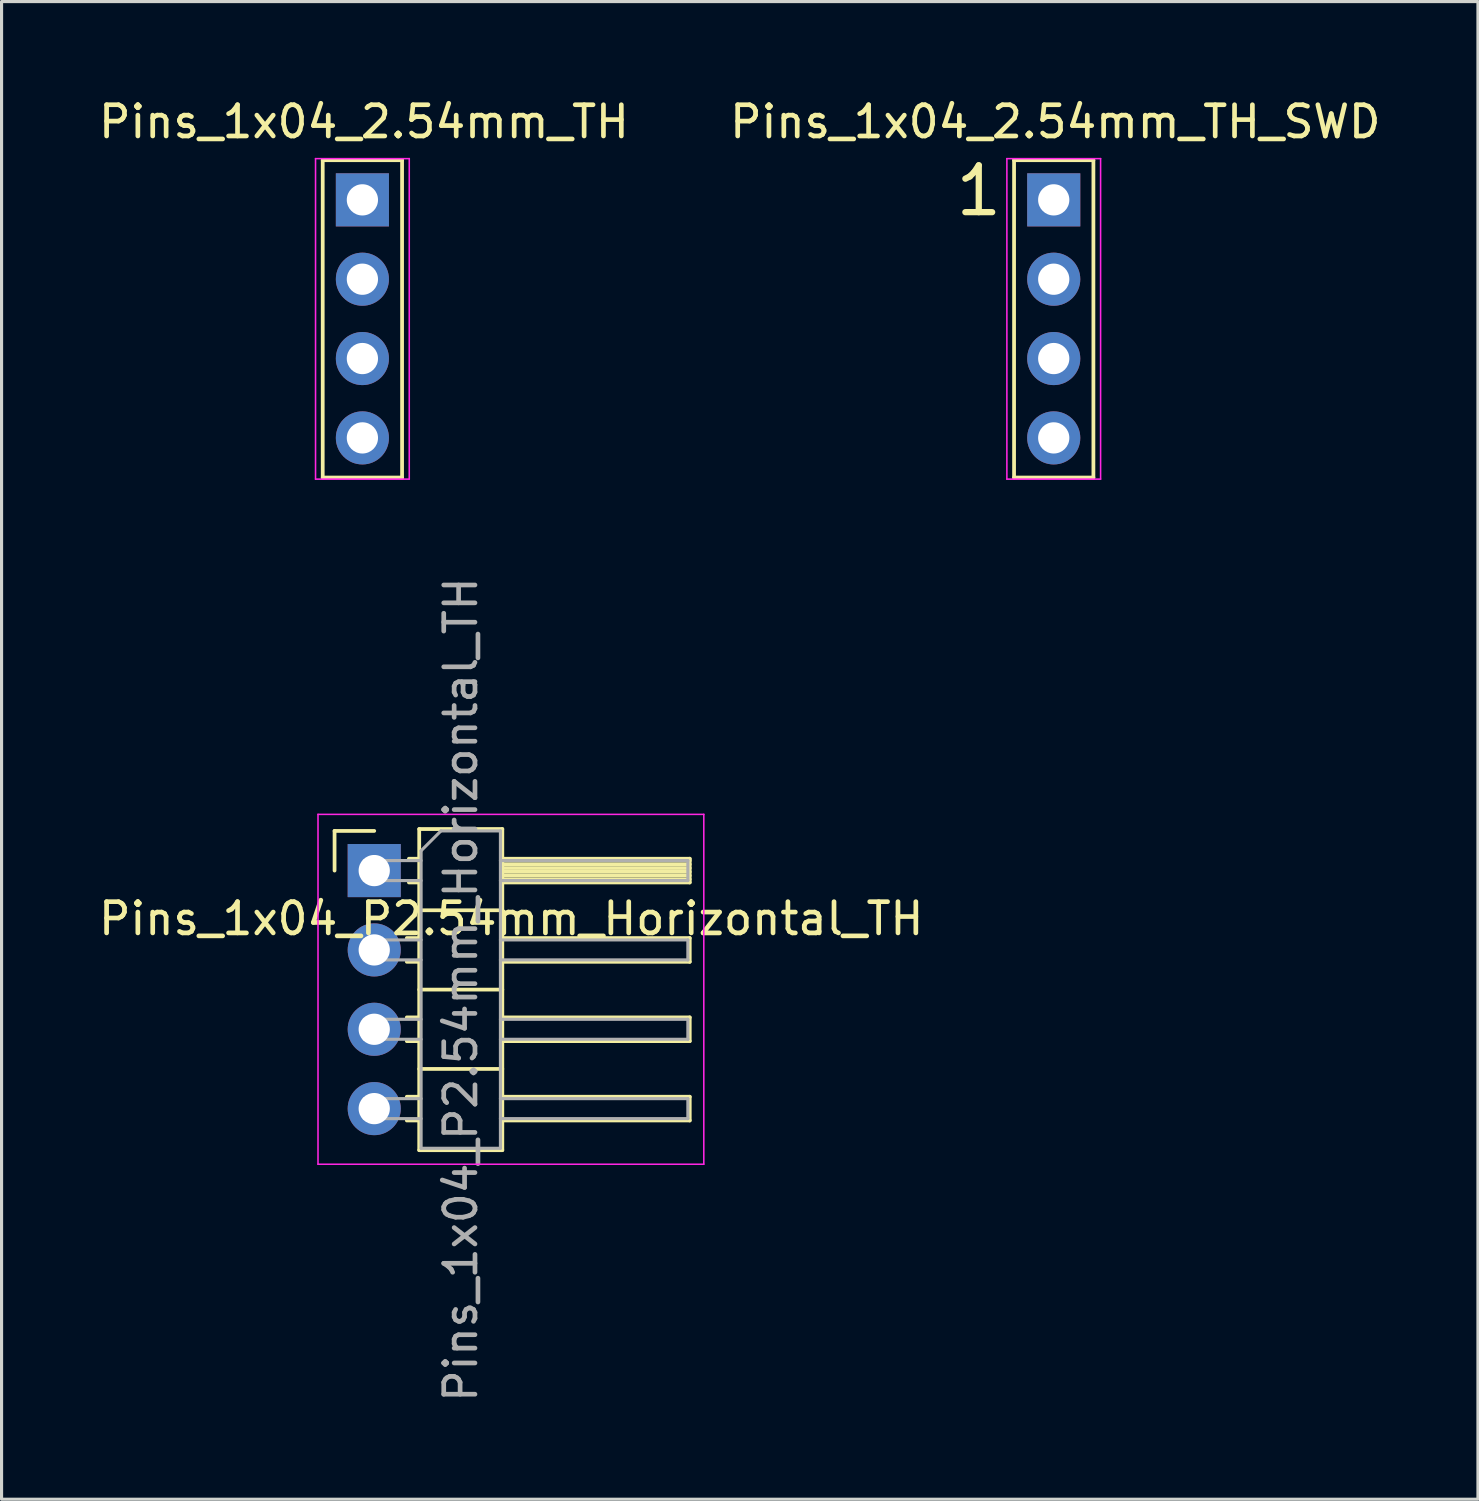
<source format=kicad_pcb>
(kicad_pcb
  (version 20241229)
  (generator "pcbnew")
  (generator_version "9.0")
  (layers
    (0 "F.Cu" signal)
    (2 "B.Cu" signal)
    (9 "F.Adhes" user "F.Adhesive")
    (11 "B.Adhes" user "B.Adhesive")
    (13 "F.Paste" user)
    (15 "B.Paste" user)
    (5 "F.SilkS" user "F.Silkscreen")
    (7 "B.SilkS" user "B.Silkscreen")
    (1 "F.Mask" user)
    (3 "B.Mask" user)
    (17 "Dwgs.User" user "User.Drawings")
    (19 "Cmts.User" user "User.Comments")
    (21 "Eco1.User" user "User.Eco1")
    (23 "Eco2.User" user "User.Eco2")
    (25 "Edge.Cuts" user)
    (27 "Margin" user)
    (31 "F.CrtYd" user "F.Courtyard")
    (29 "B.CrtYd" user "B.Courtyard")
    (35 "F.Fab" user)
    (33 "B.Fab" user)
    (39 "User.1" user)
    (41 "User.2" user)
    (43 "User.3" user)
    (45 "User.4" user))
  (footprint "Pins_1x04_2.54mm_TH"
    (layer "F.Cu")
    (at 8.551 7.158)
    (property "Reference" "Pins_1x04_2.54mm_TH" (at 0.05 -6.31 0) (layer "F.SilkS") (effects (font (size 1 1) (thickness 0.15))))
    (attr through_hole)
    (fp_line (start -1.27 -5.08) (end -1.27 5.08) (stroke (width 0.12) (type solid)) (layer "F.SilkS"))
    (fp_line (start -1.27 5.08) (end 1.27 5.08) (stroke (width 0.12) (type solid)) (layer "F.SilkS"))
    (fp_line (start 1.27 -5.08) (end -1.27 -5.08) (stroke (width 0.12) (type solid)) (layer "F.SilkS"))
    (fp_line (start 1.27 5.08) (end 1.27 -5.08) (stroke (width 0.12) (type solid)) (layer "F.SilkS"))
    (fp_line (start -1.5 -5.13) (end -1.5 5.13) (stroke (width 0.05) (type solid)) (layer "F.CrtYd"))
    (fp_line (start -1.5 5.13) (end 1.5 5.13) (stroke (width 0.05) (type solid)) (layer "F.CrtYd"))
    (fp_line (start 1.5 -5.13) (end -1.5 -5.13) (stroke (width 0.05) (type solid)) (layer "F.CrtYd"))
    (fp_line (start 1.5 5.13) (end 1.5 -5.13) (stroke (width 0.05) (type solid)) (layer "F.CrtYd"))
    (pad "1" thru_hole rect (at 0 -3.81) (size 1.7 1.7) (drill 1) (layers "*.Cu" "*.Mask"))
    (pad "2" thru_hole oval (at 0 -1.27) (size 1.7 1.7) (drill 1) (layers "*.Cu" "*.Mask"))
    (pad "3" thru_hole oval (at 0 1.27) (size 1.7 1.7) (drill 1) (layers "*.Cu" "*.Mask"))
    (pad "4" thru_hole oval (at 0 3.81) (size 1.7 1.7) (drill 1) (layers "*.Cu" "*.Mask")))
  (footprint "Pins_1x04_2.54mm_TH_SWD"
    (layer "F.Cu")
    (at 30.682 7.158)
    (property "Reference" "Pins_1x04_2.54mm_TH_SWD" (at 0.05 -6.31 0) (layer "F.SilkS") (effects (font (size 1 1) (thickness 0.15))))
    (attr through_hole)
    (fp_line (start -1.27 -5.08) (end -1.27 5.08) (stroke (width 0.12) (type solid)) (layer "F.SilkS"))
    (fp_line (start -1.27 5.08) (end 1.27 5.08) (stroke (width 0.12) (type solid)) (layer "F.SilkS"))
    (fp_line (start 1.27 -5.08) (end -1.27 -5.08) (stroke (width 0.12) (type solid)) (layer "F.SilkS"))
    (fp_line (start 1.27 5.08) (end 1.27 -5.08) (stroke (width 0.12) (type solid)) (layer "F.SilkS"))
    (fp_line (start -1.5 -5.13) (end -1.5 5.13) (stroke (width 0.05) (type solid)) (layer "F.CrtYd"))
    (fp_line (start -1.5 5.13) (end 1.5 5.13) (stroke (width 0.05) (type solid)) (layer "F.CrtYd"))
    (fp_line (start 1.5 -5.13) (end -1.5 -5.13) (stroke (width 0.05) (type solid)) (layer "F.CrtYd"))
    (fp_line (start 1.5 5.13) (end 1.5 -5.13) (stroke (width 0.05) (type solid)) (layer "F.CrtYd"))
    (fp_text user "1" (at -2.4 -4.1 0) (layer "F.SilkS") (effects (font (size 1.5 1.5) (thickness 0.2))))
    (pad "1" thru_hole rect (at 0 -3.81) (size 1.7 1.7) (drill 1) (layers "*.Cu" "*.Mask"))
    (pad "2" thru_hole oval (at 0 -1.27) (size 1.7 1.7) (drill 1) (layers "*.Cu" "*.Mask"))
    (pad "3" thru_hole oval (at 0 1.27) (size 1.7 1.7) (drill 1) (layers "*.Cu" "*.Mask"))
    (pad "4" thru_hole oval (at 0 3.81) (size 1.7 1.7) (drill 1) (layers "*.Cu" "*.Mask")))
  (footprint "Pins_1x04_P2.54mm_Horizontal_TH"
    (layer "F.Cu")
    (at 8.93 28.629)
    (property "Reference" "Pins_1x04_P2.54mm_Horizontal_TH" (at 4.385 -2.27 0) (layer "F.SilkS") (effects (font (size 1 1) (thickness 0.15))))
    (attr through_hole)
    (fp_line (start -1.27 -5.08) (end 0 -5.08) (stroke (width 0.12) (type solid)) (layer "F.SilkS"))
    (fp_line (start -1.27 -3.81) (end -1.27 -5.08) (stroke (width 0.12) (type solid)) (layer "F.SilkS"))
    (fp_line (start 1.043 -1.65) (end 1.44 -1.65) (stroke (width 0.12) (type solid)) (layer "F.SilkS"))
    (fp_line (start 1.043 -0.89) (end 1.44 -0.89) (stroke (width 0.12) (type solid)) (layer "F.SilkS"))
    (fp_line (start 1.043 0.89) (end 1.44 0.89) (stroke (width 0.12) (type solid)) (layer "F.SilkS"))
    (fp_line (start 1.043 1.65) (end 1.44 1.65) (stroke (width 0.12) (type solid)) (layer "F.SilkS"))
    (fp_line (start 1.043 3.43) (end 1.44 3.43) (stroke (width 0.12) (type solid)) (layer "F.SilkS"))
    (fp_line (start 1.043 4.19) (end 1.44 4.19) (stroke (width 0.12) (type solid)) (layer "F.SilkS"))
    (fp_line (start 1.11 -4.19) (end 1.44 -4.19) (stroke (width 0.12) (type solid)) (layer "F.SilkS"))
    (fp_line (start 1.11 -3.43) (end 1.44 -3.43) (stroke (width 0.12) (type solid)) (layer "F.SilkS"))
    (fp_line (start 1.44 -5.14) (end 1.44 5.14) (stroke (width 0.12) (type solid)) (layer "F.SilkS"))
    (fp_line (start 1.44 -2.54) (end 4.1 -2.54) (stroke (width 0.12) (type solid)) (layer "F.SilkS"))
    (fp_line (start 1.44 0) (end 4.1 0) (stroke (width 0.12) (type solid)) (layer "F.SilkS"))
    (fp_line (start 1.44 2.54) (end 4.1 2.54) (stroke (width 0.12) (type solid)) (layer "F.SilkS"))
    (fp_line (start 1.44 5.14) (end 4.1 5.14) (stroke (width 0.12) (type solid)) (layer "F.SilkS"))
    (fp_line (start 4.1 -5.14) (end 1.44 -5.14) (stroke (width 0.12) (type solid)) (layer "F.SilkS"))
    (fp_line (start 4.1 -4.19) (end 10.1 -4.19) (stroke (width 0.12) (type solid)) (layer "F.SilkS"))
    (fp_line (start 4.1 -4.13) (end 10.1 -4.13) (stroke (width 0.12) (type solid)) (layer "F.SilkS"))
    (fp_line (start 4.1 -4.01) (end 10.1 -4.01) (stroke (width 0.12) (type solid)) (layer "F.SilkS"))
    (fp_line (start 4.1 -3.89) (end 10.1 -3.89) (stroke (width 0.12) (type solid)) (layer "F.SilkS"))
    (fp_line (start 4.1 -3.77) (end 10.1 -3.77) (stroke (width 0.12) (type solid)) (layer "F.SilkS"))
    (fp_line (start 4.1 -3.65) (end 10.1 -3.65) (stroke (width 0.12) (type solid)) (layer "F.SilkS"))
    (fp_line (start 4.1 -3.53) (end 10.1 -3.53) (stroke (width 0.12) (type solid)) (layer "F.SilkS"))
    (fp_line (start 4.1 -1.65) (end 10.1 -1.65) (stroke (width 0.12) (type solid)) (layer "F.SilkS"))
    (fp_line (start 4.1 0.89) (end 10.1 0.89) (stroke (width 0.12) (type solid)) (layer "F.SilkS"))
    (fp_line (start 4.1 3.43) (end 10.1 3.43) (stroke (width 0.12) (type solid)) (layer "F.SilkS"))
    (fp_line (start 4.1 5.14) (end 4.1 -5.14) (stroke (width 0.12) (type solid)) (layer "F.SilkS"))
    (fp_line (start 10.1 -4.19) (end 10.1 -3.43) (stroke (width 0.12) (type solid)) (layer "F.SilkS"))
    (fp_line (start 10.1 -3.43) (end 4.1 -3.43) (stroke (width 0.12) (type solid)) (layer "F.SilkS"))
    (fp_line (start 10.1 -1.65) (end 10.1 -0.89) (stroke (width 0.12) (type solid)) (layer "F.SilkS"))
    (fp_line (start 10.1 -0.89) (end 4.1 -0.89) (stroke (width 0.12) (type solid)) (layer "F.SilkS"))
    (fp_line (start 10.1 0.89) (end 10.1 1.65) (stroke (width 0.12) (type solid)) (layer "F.SilkS"))
    (fp_line (start 10.1 1.65) (end 4.1 1.65) (stroke (width 0.12) (type solid)) (layer "F.SilkS"))
    (fp_line (start 10.1 3.43) (end 10.1 4.19) (stroke (width 0.12) (type solid)) (layer "F.SilkS"))
    (fp_line (start 10.1 4.19) (end 4.1 4.19) (stroke (width 0.12) (type solid)) (layer "F.SilkS"))
    (fp_line (start -1.8 -5.61) (end -1.8 5.59) (stroke (width 0.05) (type solid)) (layer "F.CrtYd"))
    (fp_line (start -1.8 5.59) (end 10.55 5.59) (stroke (width 0.05) (type solid)) (layer "F.CrtYd"))
    (fp_line (start 10.55 -5.61) (end -1.8 -5.61) (stroke (width 0.05) (type solid)) (layer "F.CrtYd"))
    (fp_line (start 10.55 5.59) (end 10.55 -5.61) (stroke (width 0.05) (type solid)) (layer "F.CrtYd"))
    (fp_line (start -0.32 -4.13) (end -0.32 -3.49) (stroke (width 0.1) (type solid)) (layer "F.Fab"))
    (fp_line (start -0.32 -4.13) (end 1.5 -4.13) (stroke (width 0.1) (type solid)) (layer "F.Fab"))
    (fp_line (start -0.32 -3.49) (end 1.5 -3.49) (stroke (width 0.1) (type solid)) (layer "F.Fab"))
    (fp_line (start -0.32 -1.59) (end -0.32 -0.95) (stroke (width 0.1) (type solid)) (layer "F.Fab"))
    (fp_line (start -0.32 -1.59) (end 1.5 -1.59) (stroke (width 0.1) (type solid)) (layer "F.Fab"))
    (fp_line (start -0.32 -0.95) (end 1.5 -0.95) (stroke (width 0.1) (type solid)) (layer "F.Fab"))
    (fp_line (start -0.32 0.95) (end -0.32 1.59) (stroke (width 0.1) (type solid)) (layer "F.Fab"))
    (fp_line (start -0.32 0.95) (end 1.5 0.95) (stroke (width 0.1) (type solid)) (layer "F.Fab"))
    (fp_line (start -0.32 1.59) (end 1.5 1.59) (stroke (width 0.1) (type solid)) (layer "F.Fab"))
    (fp_line (start -0.32 3.49) (end -0.32 4.13) (stroke (width 0.1) (type solid)) (layer "F.Fab"))
    (fp_line (start -0.32 3.49) (end 1.5 3.49) (stroke (width 0.1) (type solid)) (layer "F.Fab"))
    (fp_line (start -0.32 4.13) (end 1.5 4.13) (stroke (width 0.1) (type solid)) (layer "F.Fab"))
    (fp_line (start 1.5 -4.445) (end 2.135 -5.08) (stroke (width 0.1) (type solid)) (layer "F.Fab"))
    (fp_line (start 1.5 5.08) (end 1.5 -4.445) (stroke (width 0.1) (type solid)) (layer "F.Fab"))
    (fp_line (start 2.135 -5.08) (end 4.04 -5.08) (stroke (width 0.1) (type solid)) (layer "F.Fab"))
    (fp_line (start 4.04 -5.08) (end 4.04 5.08) (stroke (width 0.1) (type solid)) (layer "F.Fab"))
    (fp_line (start 4.04 -4.13) (end 10.04 -4.13) (stroke (width 0.1) (type solid)) (layer "F.Fab"))
    (fp_line (start 4.04 -3.49) (end 10.04 -3.49) (stroke (width 0.1) (type solid)) (layer "F.Fab"))
    (fp_line (start 4.04 -1.59) (end 10.04 -1.59) (stroke (width 0.1) (type solid)) (layer "F.Fab"))
    (fp_line (start 4.04 -0.95) (end 10.04 -0.95) (stroke (width 0.1) (type solid)) (layer "F.Fab"))
    (fp_line (start 4.04 0.95) (end 10.04 0.95) (stroke (width 0.1) (type solid)) (layer "F.Fab"))
    (fp_line (start 4.04 1.59) (end 10.04 1.59) (stroke (width 0.1) (type solid)) (layer "F.Fab"))
    (fp_line (start 4.04 3.49) (end 10.04 3.49) (stroke (width 0.1) (type solid)) (layer "F.Fab"))
    (fp_line (start 4.04 4.13) (end 10.04 4.13) (stroke (width 0.1) (type solid)) (layer "F.Fab"))
    (fp_line (start 4.04 5.08) (end 1.5 5.08) (stroke (width 0.1) (type solid)) (layer "F.Fab"))
    (fp_line (start 10.04 -4.13) (end 10.04 -3.49) (stroke (width 0.1) (type solid)) (layer "F.Fab"))
    (fp_line (start 10.04 -1.59) (end 10.04 -0.95) (stroke (width 0.1) (type solid)) (layer "F.Fab"))
    (fp_line (start 10.04 0.95) (end 10.04 1.59) (stroke (width 0.1) (type solid)) (layer "F.Fab"))
    (fp_line (start 10.04 3.49) (end 10.04 4.13) (stroke (width 0.1) (type solid)) (layer "F.Fab"))
    (fp_text user "${REFERENCE}" (at 2.77 0 90) (layer "F.Fab") (effects (font (size 1 1) (thickness 0.15))))
    (pad "1" thru_hole rect (at 0 -3.81) (size 1.7 1.7) (drill 1) (layers "*.Cu" "*.Mask"))
    (pad "2" thru_hole oval (at 0 -1.27) (size 1.7 1.7) (drill 1) (layers "*.Cu" "*.Mask"))
    (pad "3" thru_hole oval (at 0 1.27) (size 1.7 1.7) (drill 1) (layers "*.Cu" "*.Mask"))
    (pad "4" thru_hole oval (at 0 3.81) (size 1.7 1.7) (drill 1) (layers "*.Cu" "*.Mask")))
  (gr_rect
    (start -3 -3)
    (end 44.262 44.944)
    (stroke (width 0.1) (type default))
    (fill no)
    (layer "Edge.Cuts")))
</source>
